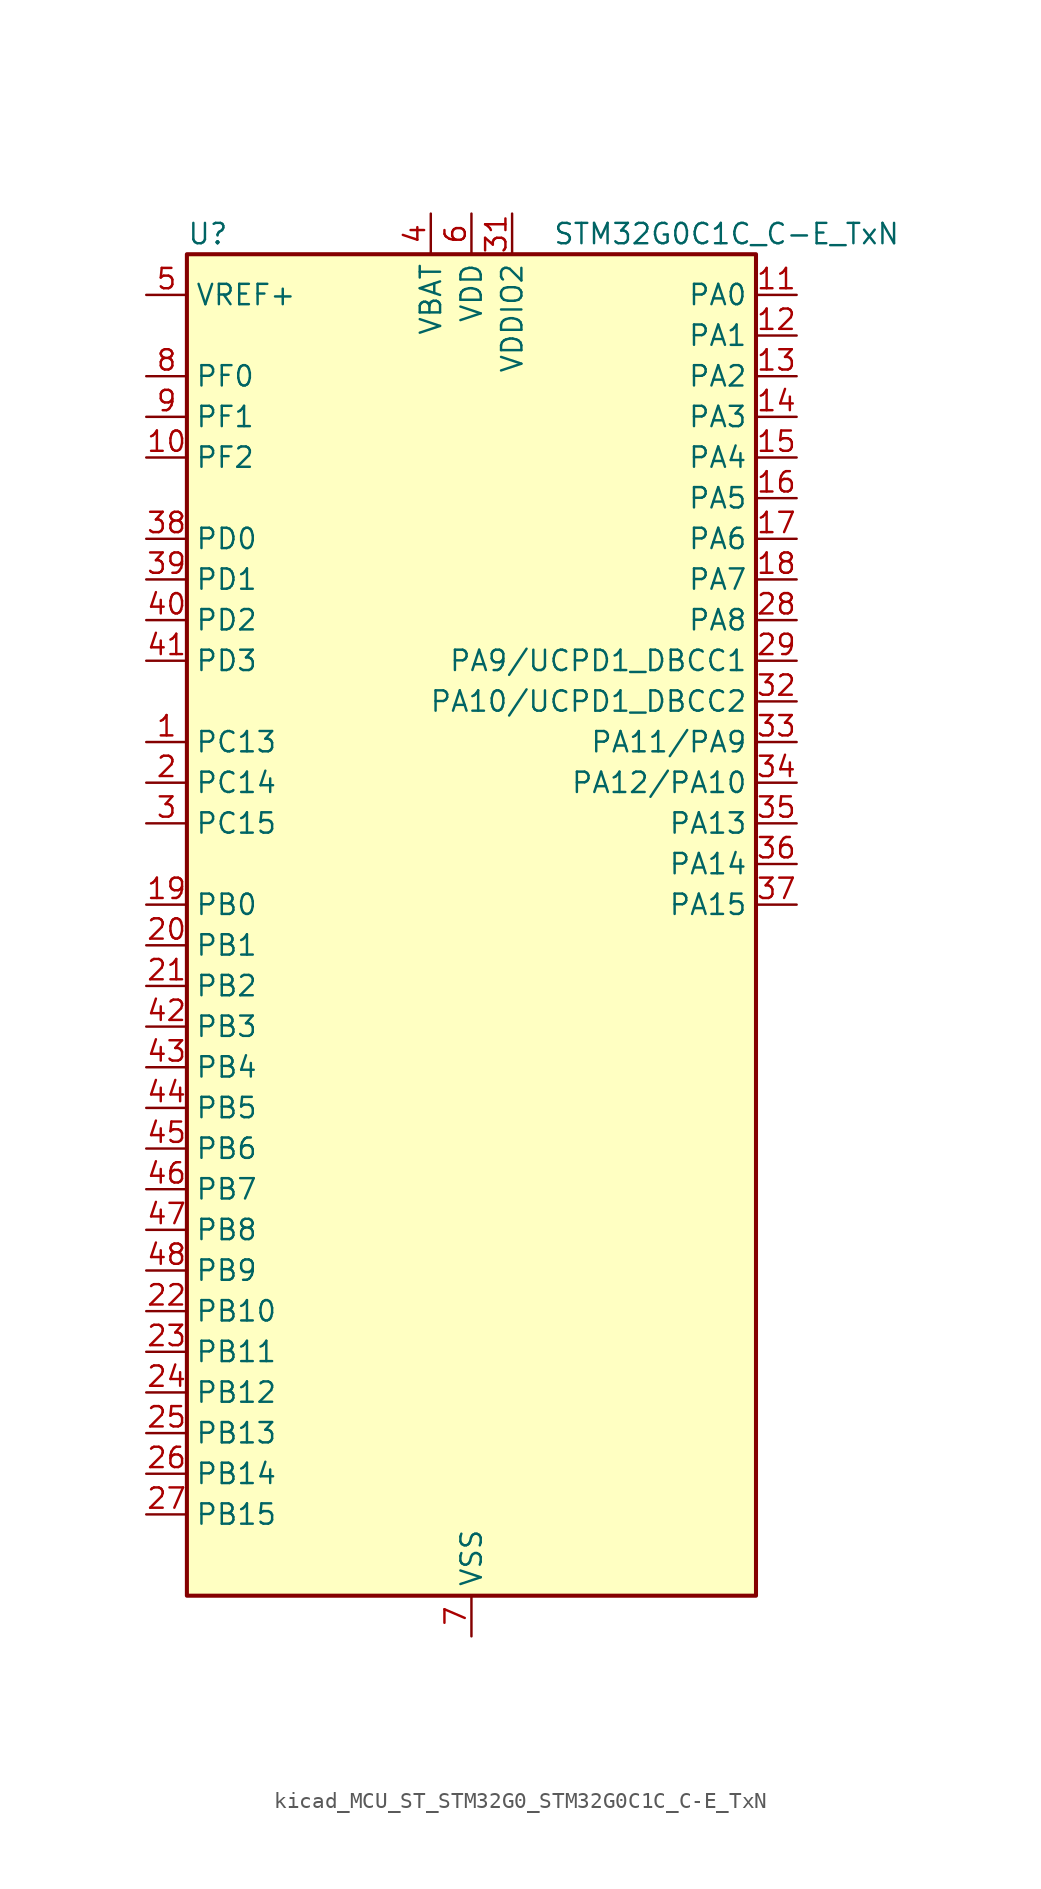
<source format=kicad_sym>
(kicad_symbol_lib
  (version 20220914)
  (generator kicad_symbol_editor)
  (symbol "kicad_MCU_ST_STM32G0_STM32G0C1C_C-E_TxN"
    (property "Reference" "U"
      (at -17.78 44.45 0)
      (effects (font (size 1.27 1.27)) (justify left)))
    (property "Value" "STM32G0C1C_C-E_TxN"
      (at 5.08 44.45 0)
      (effects (font (size 1.27 1.27)) (justify left)))
    (property "ki_locked" ""
      (at 0 0 0)
      (effects (font (size 1.27 1.27))))
    (symbol "kicad_MCU_ST_STM32G0_STM32G0C1C_C-E_TxN_0_1"
      (rectangle (start -17.78 -40.64) (end 17.78 43.18) (stroke (width 0.254) (type default)) (fill (type background))))
    (symbol "kicad_MCU_ST_STM32G0_STM32G0C1C_C-E_TxN_1_1"
      (pin bidirectional line (at -20.32 12.7 0) (length 2.54) (name "PC13" (effects (font (size 1.27 1.27)))) (number "1" (effects (font (size 1.27 1.27)))) (alternate "RTC_OUT1" bidirectional line) (alternate "RTC_TAMP_IN1" bidirectional line) (alternate "RTC_TS" bidirectional line) (alternate "SYS_WKUP2" bidirectional line) (alternate "TIM1_BK" bidirectional line))
      (pin bidirectional line (at -20.32 30.48 0) (length 2.54) (name "PF2" (effects (font (size 1.27 1.27)))) (number "10" (effects (font (size 1.27 1.27)))) (alternate "LPUART2_DE" bidirectional line) (alternate "LPUART2_RTS" bidirectional line) (alternate "LPUART2_TX" bidirectional line) (alternate "RCC_MCO" bidirectional line))
      (pin bidirectional line (at 20.32 40.64 180) (length 2.54) (name "PA0" (effects (font (size 1.27 1.27)))) (number "11" (effects (font (size 1.27 1.27)))) (alternate "ADC1_IN0" bidirectional line) (alternate "COMP1_INM" bidirectional line) (alternate "COMP1_OUT" bidirectional line) (alternate "I2S2_CK" bidirectional line) (alternate "LPTIM1_OUT" bidirectional line) (alternate "RTC_TAMP_IN2" bidirectional line) (alternate "SPI2_SCK" bidirectional line) (alternate "SYS_WKUP1" bidirectional line) (alternate "TIM2_CH1" bidirectional line) (alternate "TIM2_ETR" bidirectional line) (alternate "UCPD2_FRSTX1" bidirectional line) (alternate "UCPD2_FRSTX2" bidirectional line) (alternate "USART2_CTS" bidirectional line) (alternate "USART2_NSS" bidirectional line) (alternate "USART4_TX" bidirectional line))
      (pin bidirectional line (at 20.32 38.1 180) (length 2.54) (name "PA1" (effects (font (size 1.27 1.27)))) (number "12" (effects (font (size 1.27 1.27)))) (alternate "ADC1_IN1" bidirectional line) (alternate "COMP1_INP" bidirectional line) (alternate "I2C1_SMBA" bidirectional line) (alternate "I2S1_CK" bidirectional line) (alternate "SPI1_SCK" bidirectional line) (alternate "TIM15_CH1N" bidirectional line) (alternate "TIM2_CH2" bidirectional line) (alternate "USART2_CK" bidirectional line) (alternate "USART2_DE" bidirectional line) (alternate "USART2_RTS" bidirectional line) (alternate "USART4_RX" bidirectional line))
      (pin bidirectional line (at 20.32 35.56 180) (length 2.54) (name "PA2" (effects (font (size 1.27 1.27)))) (number "13" (effects (font (size 1.27 1.27)))) (alternate "ADC1_IN2" bidirectional line) (alternate "COMP2_INM" bidirectional line) (alternate "COMP2_OUT" bidirectional line) (alternate "I2S1_SD" bidirectional line) (alternate "LPUART1_TX" bidirectional line) (alternate "RCC_LSCO" bidirectional line) (alternate "SPI1_MOSI" bidirectional line) (alternate "SYS_WKUP4" bidirectional line) (alternate "TIM15_CH1" bidirectional line) (alternate "TIM2_CH3" bidirectional line) (alternate "UCPD1_FRSTX1" bidirectional line) (alternate "UCPD1_FRSTX2" bidirectional line) (alternate "USART2_TX" bidirectional line))
      (pin bidirectional line (at 20.32 33.02 180) (length 2.54) (name "PA3" (effects (font (size 1.27 1.27)))) (number "14" (effects (font (size 1.27 1.27)))) (alternate "ADC1_IN3" bidirectional line) (alternate "COMP2_INP" bidirectional line) (alternate "I2S2_MCK" bidirectional line) (alternate "LPUART1_RX" bidirectional line) (alternate "SPI2_MISO" bidirectional line) (alternate "TIM15_CH2" bidirectional line) (alternate "TIM2_CH4" bidirectional line) (alternate "UCPD2_FRSTX1" bidirectional line) (alternate "UCPD2_FRSTX2" bidirectional line) (alternate "USART2_RX" bidirectional line))
      (pin bidirectional line (at 20.32 30.48 180) (length 2.54) (name "PA4" (effects (font (size 1.27 1.27)))) (number "15" (effects (font (size 1.27 1.27)))) (alternate "ADC1_IN4" bidirectional line) (alternate "DAC1_OUT1" bidirectional line) (alternate "I2S1_WS" bidirectional line) (alternate "I2S2_SD" bidirectional line) (alternate "LPTIM2_OUT" bidirectional line) (alternate "RTC_OUT2" bidirectional line) (alternate "SPI1_NSS" bidirectional line) (alternate "SPI2_MOSI" bidirectional line) (alternate "SPI3_NSS" bidirectional line) (alternate "TIM14_CH1" bidirectional line) (alternate "UCPD2_FRSTX1" bidirectional line) (alternate "UCPD2_FRSTX2" bidirectional line) (alternate "USART6_TX" bidirectional line) (alternate "USB_NOE" bidirectional line))
      (pin bidirectional line (at 20.32 27.94 180) (length 2.54) (name "PA5" (effects (font (size 1.27 1.27)))) (number "16" (effects (font (size 1.27 1.27)))) (alternate "ADC1_IN5" bidirectional line) (alternate "CEC" bidirectional line) (alternate "DAC1_OUT2" bidirectional line) (alternate "I2S1_CK" bidirectional line) (alternate "LPTIM2_ETR" bidirectional line) (alternate "SPI1_SCK" bidirectional line) (alternate "TIM2_CH1" bidirectional line) (alternate "TIM2_ETR" bidirectional line) (alternate "UCPD1_FRSTX1" bidirectional line) (alternate "UCPD1_FRSTX2" bidirectional line) (alternate "USART3_TX" bidirectional line) (alternate "USART6_RX" bidirectional line))
      (pin bidirectional line (at 20.32 25.4 180) (length 2.54) (name "PA6" (effects (font (size 1.27 1.27)))) (number "17" (effects (font (size 1.27 1.27)))) (alternate "ADC1_IN6" bidirectional line) (alternate "COMP1_OUT" bidirectional line) (alternate "I2C2_SDA" bidirectional line) (alternate "I2C3_SDA" bidirectional line) (alternate "I2S1_MCK" bidirectional line) (alternate "LPUART1_CTS" bidirectional line) (alternate "SPI1_MISO" bidirectional line) (alternate "TIM16_CH1" bidirectional line) (alternate "TIM1_BK" bidirectional line) (alternate "TIM3_CH1" bidirectional line) (alternate "USART3_CTS" bidirectional line) (alternate "USART3_NSS" bidirectional line) (alternate "USART6_CTS" bidirectional line) (alternate "USART6_NSS" bidirectional line))
      (pin bidirectional line (at 20.32 22.86 180) (length 2.54) (name "PA7" (effects (font (size 1.27 1.27)))) (number "18" (effects (font (size 1.27 1.27)))) (alternate "ADC1_IN7" bidirectional line) (alternate "COMP2_OUT" bidirectional line) (alternate "I2C2_SCL" bidirectional line) (alternate "I2C3_SCL" bidirectional line) (alternate "I2S1_SD" bidirectional line) (alternate "SPI1_MOSI" bidirectional line) (alternate "TIM14_CH1" bidirectional line) (alternate "TIM17_CH1" bidirectional line) (alternate "TIM1_CH1N" bidirectional line) (alternate "TIM3_CH2" bidirectional line) (alternate "UCPD1_FRSTX1" bidirectional line) (alternate "UCPD1_FRSTX2" bidirectional line) (alternate "USART6_CK" bidirectional line) (alternate "USART6_DE" bidirectional line) (alternate "USART6_RTS" bidirectional line))
      (pin bidirectional line (at -20.32 2.54 0) (length 2.54) (name "PB0" (effects (font (size 1.27 1.27)))) (number "19" (effects (font (size 1.27 1.27)))) (alternate "ADC1_IN8" bidirectional line) (alternate "COMP1_OUT" bidirectional line) (alternate "COMP3_INP" bidirectional line) (alternate "FDCAN2_RX" bidirectional line) (alternate "I2S1_WS" bidirectional line) (alternate "LPTIM1_OUT" bidirectional line) (alternate "LPUART2_CTS" bidirectional line) (alternate "SPI1_NSS" bidirectional line) (alternate "TIM1_CH2N" bidirectional line) (alternate "TIM3_CH3" bidirectional line) (alternate "UCPD1_FRSTX1" bidirectional line) (alternate "UCPD1_FRSTX2" bidirectional line) (alternate "USART3_RX" bidirectional line) (alternate "USART5_TX" bidirectional line))
      (pin bidirectional line (at -20.32 10.16 0) (length 2.54) (name "PC14" (effects (font (size 1.27 1.27)))) (number "2" (effects (font (size 1.27 1.27)))) (alternate "RCC_OSC32_IN" bidirectional line) (alternate "TIM1_BK2" bidirectional line))
      (pin bidirectional line (at -20.32 0 0) (length 2.54) (name "PB1" (effects (font (size 1.27 1.27)))) (number "20" (effects (font (size 1.27 1.27)))) (alternate "ADC1_IN9" bidirectional line) (alternate "COMP1_INM" bidirectional line) (alternate "COMP3_OUT" bidirectional line) (alternate "FDCAN2_TX" bidirectional line) (alternate "LPTIM2_IN1" bidirectional line) (alternate "LPUART1_DE" bidirectional line) (alternate "LPUART1_RTS" bidirectional line) (alternate "LPUART2_DE" bidirectional line) (alternate "LPUART2_RTS" bidirectional line) (alternate "TIM14_CH1" bidirectional line) (alternate "TIM1_CH3N" bidirectional line) (alternate "TIM3_CH4" bidirectional line) (alternate "USART3_CK" bidirectional line) (alternate "USART3_DE" bidirectional line) (alternate "USART3_RTS" bidirectional line) (alternate "USART5_RX" bidirectional line))
      (pin bidirectional line (at -20.32 -2.54 0) (length 2.54) (name "PB2" (effects (font (size 1.27 1.27)))) (number "21" (effects (font (size 1.27 1.27)))) (alternate "ADC1_IN10" bidirectional line) (alternate "COMP1_INP" bidirectional line) (alternate "COMP3_INM" bidirectional line) (alternate "I2S2_MCK" bidirectional line) (alternate "LPTIM1_OUT" bidirectional line) (alternate "RCC_MCO_2" bidirectional line) (alternate "SPI2_MISO" bidirectional line) (alternate "USART3_TX" bidirectional line))
      (pin bidirectional line (at -20.32 -22.86 0) (length 2.54) (name "PB10" (effects (font (size 1.27 1.27)))) (number "22" (effects (font (size 1.27 1.27)))) (alternate "ADC1_IN11" bidirectional line) (alternate "CEC" bidirectional line) (alternate "COMP1_OUT" bidirectional line) (alternate "I2C2_SCL" bidirectional line) (alternate "I2S2_CK" bidirectional line) (alternate "LPUART1_RX" bidirectional line) (alternate "SPI2_SCK" bidirectional line) (alternate "TIM2_CH3" bidirectional line) (alternate "USART3_TX" bidirectional line))
      (pin bidirectional line (at -20.32 -25.4 0) (length 2.54) (name "PB11" (effects (font (size 1.27 1.27)))) (number "23" (effects (font (size 1.27 1.27)))) (alternate "ADC1_EXTI11" bidirectional line) (alternate "ADC1_IN15" bidirectional line) (alternate "COMP2_OUT" bidirectional line) (alternate "I2C2_SDA" bidirectional line) (alternate "I2S2_SD" bidirectional line) (alternate "LPUART1_TX" bidirectional line) (alternate "SPI2_MOSI" bidirectional line) (alternate "TIM2_CH4" bidirectional line) (alternate "USART3_RX" bidirectional line))
      (pin bidirectional line (at -20.32 -27.94 0) (length 2.54) (name "PB12" (effects (font (size 1.27 1.27)))) (number "24" (effects (font (size 1.27 1.27)))) (alternate "ADC1_IN16" bidirectional line) (alternate "FDCAN2_RX" bidirectional line) (alternate "I2C2_SMBA" bidirectional line) (alternate "I2S2_WS" bidirectional line) (alternate "LPUART1_DE" bidirectional line) (alternate "LPUART1_RTS" bidirectional line) (alternate "SPI2_NSS" bidirectional line) (alternate "TIM15_BK" bidirectional line) (alternate "TIM1_BK" bidirectional line) (alternate "UCPD2_FRSTX1" bidirectional line) (alternate "UCPD2_FRSTX2" bidirectional line))
      (pin bidirectional line (at -20.32 -30.48 0) (length 2.54) (name "PB13" (effects (font (size 1.27 1.27)))) (number "25" (effects (font (size 1.27 1.27)))) (alternate "FDCAN2_TX" bidirectional line) (alternate "I2C2_SCL" bidirectional line) (alternate "I2S2_CK" bidirectional line) (alternate "LPUART1_CTS" bidirectional line) (alternate "SPI2_SCK" bidirectional line) (alternate "TIM15_CH1N" bidirectional line) (alternate "TIM1_CH1N" bidirectional line) (alternate "USART3_CTS" bidirectional line) (alternate "USART3_NSS" bidirectional line))
      (pin bidirectional line (at -20.32 -33.02 0) (length 2.54) (name "PB14" (effects (font (size 1.27 1.27)))) (number "26" (effects (font (size 1.27 1.27)))) (alternate "I2C2_SDA" bidirectional line) (alternate "I2S2_MCK" bidirectional line) (alternate "SPI2_MISO" bidirectional line) (alternate "TIM15_CH1" bidirectional line) (alternate "TIM1_CH2N" bidirectional line) (alternate "UCPD1_FRSTX1" bidirectional line) (alternate "UCPD1_FRSTX2" bidirectional line) (alternate "USART3_CK" bidirectional line) (alternate "USART3_DE" bidirectional line) (alternate "USART3_RTS" bidirectional line) (alternate "USART6_CK" bidirectional line) (alternate "USART6_DE" bidirectional line) (alternate "USART6_RTS" bidirectional line))
      (pin bidirectional line (at -20.32 -35.56 0) (length 2.54) (name "PB15" (effects (font (size 1.27 1.27)))) (number "27" (effects (font (size 1.27 1.27)))) (alternate "I2S2_SD" bidirectional line) (alternate "RTC_REFIN" bidirectional line) (alternate "SPI2_MOSI" bidirectional line) (alternate "TIM15_CH1N" bidirectional line) (alternate "TIM15_CH2" bidirectional line) (alternate "TIM1_CH3N" bidirectional line) (alternate "UCPD1_CC2" bidirectional line) (alternate "USART6_CTS" bidirectional line) (alternate "USART6_NSS" bidirectional line))
      (pin bidirectional line (at 20.32 20.32 180) (length 2.54) (name "PA8" (effects (font (size 1.27 1.27)))) (number "28" (effects (font (size 1.27 1.27)))) (alternate "CRS1_SYNC" bidirectional line) (alternate "I2C2_SMBA" bidirectional line) (alternate "I2S2_WS" bidirectional line) (alternate "LPTIM2_OUT" bidirectional line) (alternate "RCC_MCO" bidirectional line) (alternate "SPI2_NSS" bidirectional line) (alternate "TIM1_CH1" bidirectional line) (alternate "UCPD1_CC1" bidirectional line))
      (pin bidirectional line (at 20.32 17.78 180) (length 2.54) (name "PA9/UCPD1_DBCC1" (effects (font (size 1.27 1.27)))) (number "29" (effects (font (size 1.27 1.27)))) (alternate "DAC1_EXTI9" bidirectional line) (alternate "I2C1_SCL" bidirectional line) (alternate "I2C2_SCL" bidirectional line) (alternate "I2S2_MCK" bidirectional line) (alternate "RCC_MCO" bidirectional line) (alternate "SPI2_MISO" bidirectional line) (alternate "TIM15_BK" bidirectional line) (alternate "TIM1_CH2" bidirectional line) (alternate "UCPD1_DBCC1" bidirectional line) (alternate "USART1_TX" bidirectional line))
      (pin bidirectional line (at -20.32 7.62 0) (length 2.54) (name "PC15" (effects (font (size 1.27 1.27)))) (number "3" (effects (font (size 1.27 1.27)))) (alternate "RCC_OSC32_EN" bidirectional line) (alternate "RCC_OSC32_OUT" bidirectional line) (alternate "RCC_OSC_EN" bidirectional line) (alternate "TIM15_BK" bidirectional line))
      (pin passive line (at 0 -43.18 90) (length 2.54) hide (name "VSS" (effects (font (size 1.27 1.27)))) (number "30" (effects (font (size 1.27 1.27)))))
      (pin power_in line (at 2.54 45.72 270) (length 2.54) (name "VDDIO2" (effects (font (size 1.27 1.27)))) (number "31" (effects (font (size 1.27 1.27)))))
      (pin bidirectional line (at 20.32 15.24 180) (length 2.54) (name "PA10/UCPD1_DBCC2" (effects (font (size 1.27 1.27)))) (number "32" (effects (font (size 1.27 1.27)))) (alternate "I2C1_SDA" bidirectional line) (alternate "I2C2_SDA" bidirectional line) (alternate "I2S2_SD" bidirectional line) (alternate "RCC_MCO_2" bidirectional line) (alternate "SPI2_MOSI" bidirectional line) (alternate "TIM17_BK" bidirectional line) (alternate "TIM1_CH3" bidirectional line) (alternate "UCPD1_DBCC2" bidirectional line) (alternate "USART1_RX" bidirectional line))
      (pin bidirectional line (at 20.32 12.7 180) (length 2.54) (name "PA11/PA9" (effects (font (size 1.27 1.27)))) (number "33" (effects (font (size 1.27 1.27)))) (alternate "ADC1_EXTI11" bidirectional line) (alternate "COMP1_OUT" bidirectional line) (alternate "FDCAN1_RX" bidirectional line) (alternate "I2C2_SCL" bidirectional line) (alternate "I2S1_MCK" bidirectional line) (alternate "SPI1_MISO" bidirectional line) (alternate "TIM1_BK2" bidirectional line) (alternate "TIM1_CH4" bidirectional line) (alternate "USART1_CTS" bidirectional line) (alternate "USART1_NSS" bidirectional line) (alternate "USB_DM" bidirectional line))
      (pin bidirectional line (at 20.32 10.16 180) (length 2.54) (name "PA12/PA10" (effects (font (size 1.27 1.27)))) (number "34" (effects (font (size 1.27 1.27)))) (alternate "COMP2_OUT" bidirectional line) (alternate "FDCAN1_TX" bidirectional line) (alternate "I2C2_SDA" bidirectional line) (alternate "I2S1_SD" bidirectional line) (alternate "I2S_CKIN" bidirectional line) (alternate "SPI1_MOSI" bidirectional line) (alternate "TIM1_ETR" bidirectional line) (alternate "USART1_CK" bidirectional line) (alternate "USART1_DE" bidirectional line) (alternate "USART1_RTS" bidirectional line) (alternate "USB_DP" bidirectional line))
      (pin bidirectional line (at 20.32 7.62 180) (length 2.54) (name "PA13" (effects (font (size 1.27 1.27)))) (number "35" (effects (font (size 1.27 1.27)))) (alternate "IR_OUT" bidirectional line) (alternate "LPUART2_RX" bidirectional line) (alternate "SYS_SWDIO" bidirectional line) (alternate "USB_NOE" bidirectional line))
      (pin bidirectional line (at 20.32 5.08 180) (length 2.54) (name "PA14" (effects (font (size 1.27 1.27)))) (number "36" (effects (font (size 1.27 1.27)))) (alternate "LPUART2_TX" bidirectional line) (alternate "SYS_SWCLK" bidirectional line) (alternate "USART2_TX" bidirectional line))
      (pin bidirectional line (at 20.32 2.54 180) (length 2.54) (name "PA15" (effects (font (size 1.27 1.27)))) (number "37" (effects (font (size 1.27 1.27)))) (alternate "I2C2_SMBA" bidirectional line) (alternate "I2S1_WS" bidirectional line) (alternate "RCC_MCO_2" bidirectional line) (alternate "SPI1_NSS" bidirectional line) (alternate "SPI3_NSS" bidirectional line) (alternate "TIM2_CH1" bidirectional line) (alternate "TIM2_ETR" bidirectional line) (alternate "USART2_RX" bidirectional line) (alternate "USART3_CK" bidirectional line) (alternate "USART3_DE" bidirectional line) (alternate "USART3_RTS" bidirectional line) (alternate "USART4_CK" bidirectional line) (alternate "USART4_DE" bidirectional line) (alternate "USART4_RTS" bidirectional line) (alternate "USB_NOE" bidirectional line))
      (pin bidirectional line (at -20.32 25.4 0) (length 2.54) (name "PD0" (effects (font (size 1.27 1.27)))) (number "38" (effects (font (size 1.27 1.27)))) (alternate "FDCAN1_RX" bidirectional line) (alternate "I2S2_WS" bidirectional line) (alternate "SPI2_NSS" bidirectional line) (alternate "TIM16_CH1" bidirectional line) (alternate "UCPD2_CC1" bidirectional line))
      (pin bidirectional line (at -20.32 22.86 0) (length 2.54) (name "PD1" (effects (font (size 1.27 1.27)))) (number "39" (effects (font (size 1.27 1.27)))) (alternate "FDCAN1_TX" bidirectional line) (alternate "I2S2_CK" bidirectional line) (alternate "SPI2_SCK" bidirectional line) (alternate "TIM17_CH1" bidirectional line) (alternate "UCPD2_DBCC1" bidirectional line))
      (pin power_in line (at -2.54 45.72 270) (length 2.54) (name "VBAT" (effects (font (size 1.27 1.27)))) (number "4" (effects (font (size 1.27 1.27)))))
      (pin bidirectional line (at -20.32 20.32 0) (length 2.54) (name "PD2" (effects (font (size 1.27 1.27)))) (number "40" (effects (font (size 1.27 1.27)))) (alternate "TIM1_CH1N" bidirectional line) (alternate "TIM3_ETR" bidirectional line) (alternate "UCPD2_CC2" bidirectional line) (alternate "USART3_CK" bidirectional line) (alternate "USART3_DE" bidirectional line) (alternate "USART3_RTS" bidirectional line) (alternate "USART5_RX" bidirectional line))
      (pin bidirectional line (at -20.32 17.78 0) (length 2.54) (name "PD3" (effects (font (size 1.27 1.27)))) (number "41" (effects (font (size 1.27 1.27)))) (alternate "I2S2_MCK" bidirectional line) (alternate "SPI2_MISO" bidirectional line) (alternate "TIM1_CH2N" bidirectional line) (alternate "UCPD2_DBCC2" bidirectional line) (alternate "USART2_CTS" bidirectional line) (alternate "USART2_NSS" bidirectional line) (alternate "USART5_TX" bidirectional line))
      (pin bidirectional line (at -20.32 -5.08 0) (length 2.54) (name "PB3" (effects (font (size 1.27 1.27)))) (number "42" (effects (font (size 1.27 1.27)))) (alternate "COMP2_INM" bidirectional line) (alternate "I2C2_SCL" bidirectional line) (alternate "I2C3_SCL" bidirectional line) (alternate "I2S1_CK" bidirectional line) (alternate "SPI1_SCK" bidirectional line) (alternate "SPI3_SCK" bidirectional line) (alternate "TIM1_CH2" bidirectional line) (alternate "TIM2_CH2" bidirectional line) (alternate "USART1_CK" bidirectional line) (alternate "USART1_DE" bidirectional line) (alternate "USART1_RTS" bidirectional line) (alternate "USART5_TX" bidirectional line))
      (pin bidirectional line (at -20.32 -7.62 0) (length 2.54) (name "PB4" (effects (font (size 1.27 1.27)))) (number "43" (effects (font (size 1.27 1.27)))) (alternate "COMP2_INP" bidirectional line) (alternate "I2C2_SDA" bidirectional line) (alternate "I2C3_SDA" bidirectional line) (alternate "I2S1_MCK" bidirectional line) (alternate "SPI1_MISO" bidirectional line) (alternate "SPI3_MISO" bidirectional line) (alternate "TIM17_BK" bidirectional line) (alternate "TIM3_CH1" bidirectional line) (alternate "USART1_CTS" bidirectional line) (alternate "USART1_NSS" bidirectional line) (alternate "USART5_RX" bidirectional line))
      (pin bidirectional line (at -20.32 -10.16 0) (length 2.54) (name "PB5" (effects (font (size 1.27 1.27)))) (number "44" (effects (font (size 1.27 1.27)))) (alternate "COMP2_OUT" bidirectional line) (alternate "FDCAN2_RX" bidirectional line) (alternate "I2C1_SMBA" bidirectional line) (alternate "I2S1_SD" bidirectional line) (alternate "LPTIM1_IN1" bidirectional line) (alternate "SPI1_MOSI" bidirectional line) (alternate "SPI3_MOSI" bidirectional line) (alternate "SYS_WKUP6" bidirectional line) (alternate "TIM16_BK" bidirectional line) (alternate "TIM3_CH2" bidirectional line) (alternate "USART5_CK" bidirectional line) (alternate "USART5_DE" bidirectional line) (alternate "USART5_RTS" bidirectional line))
      (pin bidirectional line (at -20.32 -12.7 0) (length 2.54) (name "PB6" (effects (font (size 1.27 1.27)))) (number "45" (effects (font (size 1.27 1.27)))) (alternate "COMP2_INP" bidirectional line) (alternate "FDCAN2_TX" bidirectional line) (alternate "I2C1_SCL" bidirectional line) (alternate "I2S2_MCK" bidirectional line) (alternate "LPTIM1_ETR" bidirectional line) (alternate "LPUART2_TX" bidirectional line) (alternate "SPI2_MISO" bidirectional line) (alternate "TIM16_CH1N" bidirectional line) (alternate "TIM1_CH3" bidirectional line) (alternate "TIM4_CH1" bidirectional line) (alternate "USART1_TX" bidirectional line) (alternate "USART5_CTS" bidirectional line) (alternate "USART5_NSS" bidirectional line))
      (pin bidirectional line (at -20.32 -15.24 0) (length 2.54) (name "PB7" (effects (font (size 1.27 1.27)))) (number "46" (effects (font (size 1.27 1.27)))) (alternate "COMP2_INM" bidirectional line) (alternate "I2C1_SDA" bidirectional line) (alternate "I2S2_SD" bidirectional line) (alternate "LPTIM1_IN2" bidirectional line) (alternate "LPUART2_RX" bidirectional line) (alternate "SPI2_MOSI" bidirectional line) (alternate "SYS_PVD_IN" bidirectional line) (alternate "TIM17_CH1N" bidirectional line) (alternate "TIM4_CH2" bidirectional line) (alternate "USART1_RX" bidirectional line) (alternate "USART4_CTS" bidirectional line) (alternate "USART4_NSS" bidirectional line))
      (pin bidirectional line (at -20.32 -17.78 0) (length 2.54) (name "PB8" (effects (font (size 1.27 1.27)))) (number "47" (effects (font (size 1.27 1.27)))) (alternate "CEC" bidirectional line) (alternate "FDCAN1_RX" bidirectional line) (alternate "I2C1_SCL" bidirectional line) (alternate "I2S2_CK" bidirectional line) (alternate "SPI2_SCK" bidirectional line) (alternate "TIM15_BK" bidirectional line) (alternate "TIM16_CH1" bidirectional line) (alternate "TIM4_CH3" bidirectional line) (alternate "USART3_TX" bidirectional line) (alternate "USART6_TX" bidirectional line))
      (pin bidirectional line (at -20.32 -20.32 0) (length 2.54) (name "PB9" (effects (font (size 1.27 1.27)))) (number "48" (effects (font (size 1.27 1.27)))) (alternate "DAC1_EXTI9" bidirectional line) (alternate "FDCAN1_TX" bidirectional line) (alternate "I2C1_SDA" bidirectional line) (alternate "I2S2_WS" bidirectional line) (alternate "IR_OUT" bidirectional line) (alternate "SPI2_NSS" bidirectional line) (alternate "TIM17_CH1" bidirectional line) (alternate "TIM4_CH4" bidirectional line) (alternate "UCPD2_FRSTX1" bidirectional line) (alternate "UCPD2_FRSTX2" bidirectional line) (alternate "USART3_RX" bidirectional line) (alternate "USART6_RX" bidirectional line))
      (pin input line (at -20.32 40.64 0) (length 2.54) (name "VREF+" (effects (font (size 1.27 1.27)))) (number "5" (effects (font (size 1.27 1.27)))) (alternate "VREFBUF_OUT" bidirectional line))
      (pin power_in line (at 0 45.72 270) (length 2.54) (name "VDD" (effects (font (size 1.27 1.27)))) (number "6" (effects (font (size 1.27 1.27)))))
      (pin power_in line (at 0 -43.18 90) (length 2.54) (name "VSS" (effects (font (size 1.27 1.27)))) (number "7" (effects (font (size 1.27 1.27)))))
      (pin bidirectional line (at -20.32 35.56 0) (length 2.54) (name "PF0" (effects (font (size 1.27 1.27)))) (number "8" (effects (font (size 1.27 1.27)))) (alternate "CRS1_SYNC" bidirectional line) (alternate "RCC_OSC_IN" bidirectional line) (alternate "TIM14_CH1" bidirectional line))
      (pin bidirectional line (at -20.32 33.02 0) (length 2.54) (name "PF1" (effects (font (size 1.27 1.27)))) (number "9" (effects (font (size 1.27 1.27)))) (alternate "RCC_OSC_EN" bidirectional line) (alternate "RCC_OSC_OUT" bidirectional line) (alternate "TIM15_CH1N" bidirectional line)))))
</source>
